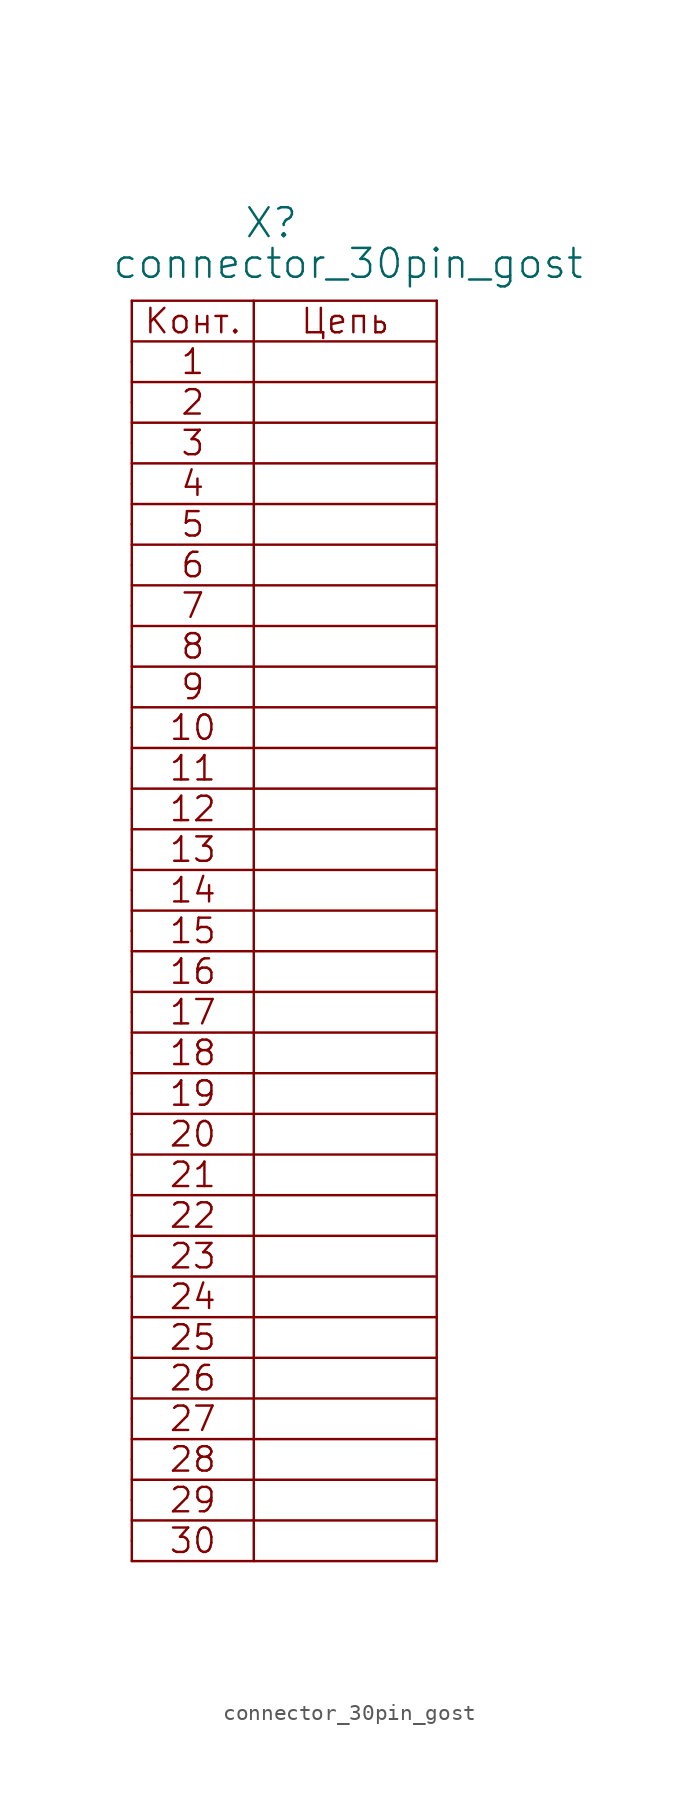
<source format=kicad_sym>
(kicad_symbol_lib
  (version 20211014)
  (generator kicad_symbol_editor)
  (symbol "connector_30pin_gost"
    (pin_numbers hide)
    (pin_names
      (offset 1.016) hide)
    (property "Reference" "X"
      (at 6.985 7.62 0)
      (effects (font (size 1.803 1.803)) (justify left bottom)))
    (property "Value" "connector_30pin_gost"
      (at -1.27 5.08 0)
      (effects (font (size 1.803 1.803)) (justify left bottom)))
    (property "Datasheet" ""
      (at 0 0 0)
      (effects (font (size 1.524 1.524))))
    (symbol "connector_30pin_gost_0_0"
      (polyline (pts (xy 0 -74.93) (xy 0 3.81)) (stroke (width 0) (type default) (color 0 0 0 0)) (fill (type none)))
      (polyline (pts (xy 0 -74.93) (xy 19.05 -74.93)) (stroke (width 0) (type default) (color 0 0 0 0)) (fill (type none)))
      (polyline (pts (xy 0 -72.39) (xy 19.05 -72.39)) (stroke (width 0) (type default) (color 0 0 0 0)) (fill (type none)))
      (polyline (pts (xy 0 -69.85) (xy 19.05 -69.85)) (stroke (width 0) (type default) (color 0 0 0 0)) (fill (type none)))
      (polyline (pts (xy 0 -64.77) (xy 19.05 -64.77)) (stroke (width 0) (type default) (color 0 0 0 0)) (fill (type none)))
      (polyline (pts (xy 0 -62.23) (xy 19.05 -62.23)) (stroke (width 0) (type default) (color 0 0 0 0)) (fill (type none)))
      (polyline (pts (xy 0 -59.69) (xy 19.05 -59.69)) (stroke (width 0) (type default) (color 0 0 0 0)) (fill (type none)))
      (polyline (pts (xy 0 -57.15) (xy 19.05 -57.15)) (stroke (width 0) (type default) (color 0 0 0 0)) (fill (type none)))
      (polyline (pts (xy 0 -52.07) (xy 19.05 -52.07)) (stroke (width 0) (type default) (color 0 0 0 0)) (fill (type none)))
      (polyline (pts (xy 0 -49.53) (xy 19.05 -49.53)) (stroke (width 0) (type default) (color 0 0 0 0)) (fill (type none)))
      (polyline (pts (xy 0 -48.26) (xy 0 -48.26)) (stroke (width 0) (type default) (color 0 0 0 0)) (fill (type none)))
      (polyline (pts (xy 0 -46.99) (xy 19.05 -46.99)) (stroke (width 0) (type default) (color 0 0 0 0)) (fill (type none)))
      (polyline (pts (xy 0 -44.45) (xy 19.05 -44.45)) (stroke (width 0) (type default) (color 0 0 0 0)) (fill (type none)))
      (polyline (pts (xy 0 -41.91) (xy 19.05 -41.91)) (stroke (width 0) (type default) (color 0 0 0 0)) (fill (type none)))
      (polyline (pts (xy 0 -36.83) (xy 19.05 -36.83)) (stroke (width 0) (type default) (color 0 0 0 0)) (fill (type none)))
      (polyline (pts (xy 0 -35.56) (xy 0 -35.56)) (stroke (width 0) (type default) (color 0 0 0 0)) (fill (type none)))
      (polyline (pts (xy 0 -34.29) (xy 19.05 -34.29)) (stroke (width 0) (type default) (color 0 0 0 0)) (fill (type none)))
      (polyline (pts (xy 0 -31.75) (xy 19.05 -31.75)) (stroke (width 0) (type default) (color 0 0 0 0)) (fill (type none)))
      (polyline (pts (xy 0 -29.21) (xy 19.05 -29.21)) (stroke (width 0) (type default) (color 0 0 0 0)) (fill (type none)))
      (polyline (pts (xy 0 -24.13) (xy 19.05 -24.13)) (stroke (width 0) (type default) (color 0 0 0 0)) (fill (type none)))
      (polyline (pts (xy 0 -22.86) (xy 0 -22.86)) (stroke (width 0) (type default) (color 0 0 0 0)) (fill (type none)))
      (polyline (pts (xy 0 -21.59) (xy 19.05 -21.59)) (stroke (width 0) (type default) (color 0 0 0 0)) (fill (type none)))
      (polyline (pts (xy 0 -19.05) (xy 19.05 -19.05)) (stroke (width 0) (type default) (color 0 0 0 0)) (fill (type none)))
      (polyline (pts (xy 0 -16.51) (xy 19.05 -16.51)) (stroke (width 0) (type default) (color 0 0 0 0)) (fill (type none)))
      (polyline (pts (xy 0 -11.43) (xy 19.05 -11.43)) (stroke (width 0) (type default) (color 0 0 0 0)) (fill (type none)))
      (polyline (pts (xy 0 -10.16) (xy 0 -10.16)) (stroke (width 0) (type default) (color 0 0 0 0)) (fill (type none)))
      (polyline (pts (xy 0 -8.89) (xy 19.05 -8.89)) (stroke (width 0) (type default) (color 0 0 0 0)) (fill (type none)))
      (polyline (pts (xy 0 -6.35) (xy 19.05 -6.35)) (stroke (width 0) (type default) (color 0 0 0 0)) (fill (type none)))
      (polyline (pts (xy 0 -3.81) (xy 19.05 -3.81)) (stroke (width 0) (type default) (color 0 0 0 0)) (fill (type none)))
      (polyline (pts (xy 0 1.27) (xy 19.05 1.27)) (stroke (width 0) (type default) (color 0 0 0 0)) (fill (type none)))
      (polyline (pts (xy 7.62 3.81) (xy 7.62 -74.93)) (stroke (width 0) (type default) (color 0 0 0 0)) (fill (type none)))
      (polyline (pts (xy 19.05 -67.31) (xy 0 -67.31)) (stroke (width 0) (type default) (color 0 0 0 0)) (fill (type none)))
      (polyline (pts (xy 19.05 -54.61) (xy 0 -54.61)) (stroke (width 0) (type default) (color 0 0 0 0)) (fill (type none)))
      (polyline (pts (xy 19.05 -39.37) (xy 0 -39.37)) (stroke (width 0) (type default) (color 0 0 0 0)) (fill (type none)))
      (polyline (pts (xy 19.05 -26.67) (xy 0 -26.67)) (stroke (width 0) (type default) (color 0 0 0 0)) (fill (type none)))
      (polyline (pts (xy 19.05 -13.97) (xy 0 -13.97)) (stroke (width 0) (type default) (color 0 0 0 0)) (fill (type none)))
      (polyline (pts (xy 19.05 -1.27) (xy 0 -1.27)) (stroke (width 0) (type default) (color 0 0 0 0)) (fill (type none)))
      (polyline (pts (xy 19.05 3.81) (xy 19.05 -74.93)) (stroke (width 0) (type default) (color 0 0 0 0)) (fill (type none)))
      (text "1" (at 3.81 0 0) (effects (font (size 1.524 1.524))))
      (text "10" (at 3.81 -22.86 0) (effects (font (size 1.524 1.524))))
      (text "11" (at 3.81 -25.4 0) (effects (font (size 1.524 1.524))))
      (text "12" (at 3.81 -27.94 0) (effects (font (size 1.524 1.524))))
      (text "13" (at 3.81 -30.48 0) (effects (font (size 1.524 1.524))))
      (text "14" (at 3.81 -33.02 0) (effects (font (size 1.524 1.524))))
      (text "15" (at 3.81 -35.56 0) (effects (font (size 1.524 1.524))))
      (text "16" (at 3.81 -38.1 0) (effects (font (size 1.524 1.524))))
      (text "17" (at 3.81 -40.64 0) (effects (font (size 1.524 1.524))))
      (text "18" (at 3.81 -43.18 0) (effects (font (size 1.524 1.524))))
      (text "19" (at 3.81 -45.72 0) (effects (font (size 1.524 1.524))))
      (text "2" (at 3.81 -2.54 0) (effects (font (size 1.524 1.524))))
      (text "20" (at 3.81 -48.26 0) (effects (font (size 1.524 1.524))))
      (text "21" (at 3.81 -50.8 0) (effects (font (size 1.524 1.524))))
      (text "22" (at 3.81 -53.34 0) (effects (font (size 1.524 1.524))))
      (text "23" (at 3.81 -55.88 0) (effects (font (size 1.524 1.524))))
      (text "24" (at 3.81 -58.42 0) (effects (font (size 1.524 1.524))))
      (text "25" (at 3.81 -60.96 0) (effects (font (size 1.524 1.524))))
      (text "26" (at 3.81 -63.5 0) (effects (font (size 1.524 1.524))))
      (text "27" (at 3.81 -66.04 0) (effects (font (size 1.524 1.524))))
      (text "28" (at 3.81 -68.58 0) (effects (font (size 1.524 1.524))))
      (text "29" (at 3.81 -71.12 0) (effects (font (size 1.524 1.524))))
      (text "3" (at 3.81 -5.08 0) (effects (font (size 1.524 1.524))))
      (text "30" (at 3.81 -73.66 0) (effects (font (size 1.524 1.524))))
      (text "4" (at 3.81 -7.62 0) (effects (font (size 1.524 1.524))))
      (text "5" (at 3.81 -10.16 0) (effects (font (size 1.524 1.524))))
      (text "6" (at 3.81 -12.7 0) (effects (font (size 1.524 1.524))))
      (text "7" (at 3.81 -15.24 0) (effects (font (size 1.524 1.524))))
      (text "8" (at 3.81 -17.78 0) (effects (font (size 1.524 1.524))))
      (text "9" (at 3.81 -20.32 0) (effects (font (size 1.524 1.524))))
      (text "Конт." (at 3.81 2.54 0) (effects (font (size 1.524 1.524))))
      (text "Цепь" (at 13.335 2.54 0) (effects (font (size 1.524 1.524)))))
    (symbol "connector_30pin_gost_0_1"
      (polyline (pts (xy 0 3.81) (xy 19.05 3.81)) (stroke (width 0) (type default) (color 0 0 0 0)) (fill (type none))))
    (symbol "connector_30pin_gost_1_1"
      (pin passive line (at 0 0 0) (length 0) (name "~" (effects (font (size 1.549 1.549)))) (number "1" (effects (font (size 1.549 1.549)))))
      (pin passive line (at 0 -22.86 0) (length 0) (name "~" (effects (font (size 1.549 1.549)))) (number "10" (effects (font (size 1.549 1.549)))))
      (pin passive line (at 0 -25.4 0) (length 0) (name "~" (effects (font (size 1.549 1.549)))) (number "11" (effects (font (size 1.549 1.549)))))
      (pin passive line (at 0 -27.94 0) (length 0) (name "~" (effects (font (size 1.549 1.549)))) (number "12" (effects (font (size 1.549 1.549)))))
      (pin passive line (at 0 -30.48 0) (length 0) (name "~" (effects (font (size 1.549 1.549)))) (number "13" (effects (font (size 1.549 1.549)))))
      (pin passive line (at 0 -33.02 0) (length 0) (name "~" (effects (font (size 1.549 1.549)))) (number "14" (effects (font (size 1.549 1.549)))))
      (pin passive line (at 0 -35.56 0) (length 0) (name "~" (effects (font (size 1.549 1.549)))) (number "15" (effects (font (size 1.549 1.549)))))
      (pin passive line (at 0 -38.1 0) (length 0) (name "~" (effects (font (size 1.549 1.549)))) (number "16" (effects (font (size 1.549 1.549)))))
      (pin passive line (at 0 -40.64 0) (length 0) (name "~" (effects (font (size 1.549 1.549)))) (number "17" (effects (font (size 1.549 1.549)))))
      (pin passive line (at 0 -43.18 0) (length 0) (name "~" (effects (font (size 1.549 1.549)))) (number "18" (effects (font (size 1.549 1.549)))))
      (pin passive line (at 0 -45.72 0) (length 0) (name "~" (effects (font (size 1.549 1.549)))) (number "19" (effects (font (size 1.549 1.549)))))
      (pin passive line (at 0 -2.54 0) (length 0) (name "~" (effects (font (size 1.549 1.549)))) (number "2" (effects (font (size 1.549 1.549)))))
      (pin passive line (at 0 -48.26 0) (length 0) (name "~" (effects (font (size 1.549 1.549)))) (number "20" (effects (font (size 1.549 1.549)))))
      (pin passive line (at 0 -50.8 0) (length 0) (name "~" (effects (font (size 1.549 1.549)))) (number "21" (effects (font (size 1.549 1.549)))))
      (pin passive line (at 0 -53.34 0) (length 0) (name "~" (effects (font (size 1.549 1.549)))) (number "22" (effects (font (size 1.549 1.549)))))
      (pin passive line (at 0 -55.88 0) (length 0) (name "~" (effects (font (size 1.549 1.549)))) (number "23" (effects (font (size 1.549 1.549)))))
      (pin passive line (at 0 -58.42 0) (length 0) (name "~" (effects (font (size 1.549 1.549)))) (number "24" (effects (font (size 1.549 1.549)))))
      (pin passive line (at 0 -60.96 0) (length 0) (name "~" (effects (font (size 1.549 1.549)))) (number "25" (effects (font (size 1.549 1.549)))))
      (pin passive line (at 0 -63.5 0) (length 0) (name "~" (effects (font (size 1.549 1.549)))) (number "26" (effects (font (size 1.549 1.549)))))
      (pin passive line (at 0 -66.04 0) (length 0) (name "~" (effects (font (size 1.549 1.549)))) (number "27" (effects (font (size 1.549 1.549)))))
      (pin passive line (at 0 -68.58 0) (length 0) (name "~" (effects (font (size 1.549 1.549)))) (number "28" (effects (font (size 1.549 1.549)))))
      (pin passive line (at 0 -71.12 0) (length 0) (name "~" (effects (font (size 1.549 1.549)))) (number "29" (effects (font (size 1.549 1.549)))))
      (pin passive line (at 0 -5.08 0) (length 0) (name "~" (effects (font (size 1.549 1.549)))) (number "3" (effects (font (size 1.549 1.549)))))
      (pin passive line (at 0 -73.66 0) (length 0) (name "~" (effects (font (size 1.549 1.549)))) (number "30" (effects (font (size 1.549 1.549)))))
      (pin passive line (at 0 -7.62 0) (length 0) (name "~" (effects (font (size 1.549 1.549)))) (number "4" (effects (font (size 1.549 1.549)))))
      (pin passive line (at 0 -10.16 0) (length 0) (name "~" (effects (font (size 1.549 1.549)))) (number "5" (effects (font (size 1.549 1.549)))))
      (pin passive line (at 0 -12.7 0) (length 0) (name "~" (effects (font (size 1.549 1.549)))) (number "6" (effects (font (size 1.549 1.549)))))
      (pin passive line (at 0 -15.24 0) (length 0) (name "~" (effects (font (size 1.549 1.549)))) (number "7" (effects (font (size 1.549 1.549)))))
      (pin passive line (at 0 -17.78 0) (length 0) (name "~" (effects (font (size 1.549 1.549)))) (number "8" (effects (font (size 1.549 1.549)))))
      (pin passive line (at 0 -20.32 0) (length 0) (name "~" (effects (font (size 1.549 1.549)))) (number "9" (effects (font (size 1.549 1.549))))))))
</source>
